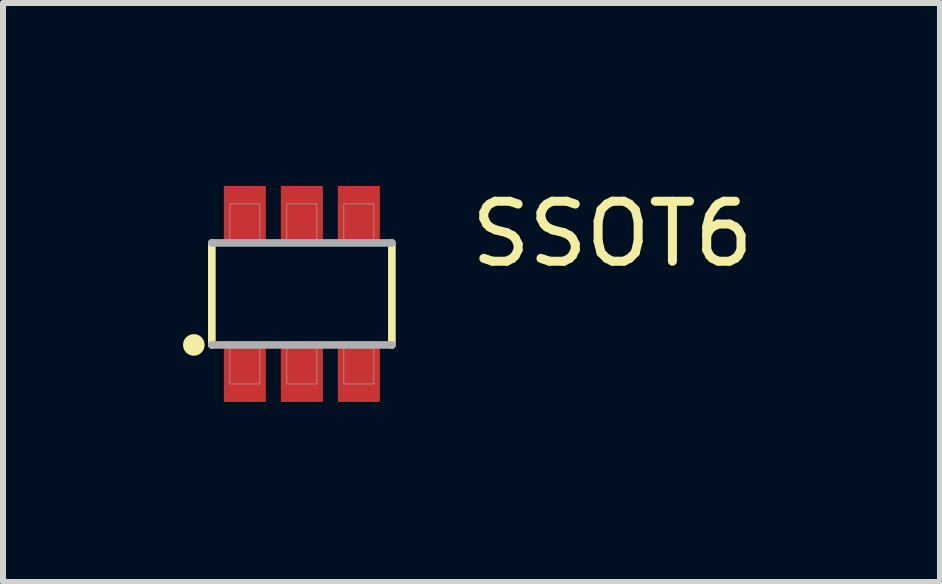
<source format=kicad_pcb>
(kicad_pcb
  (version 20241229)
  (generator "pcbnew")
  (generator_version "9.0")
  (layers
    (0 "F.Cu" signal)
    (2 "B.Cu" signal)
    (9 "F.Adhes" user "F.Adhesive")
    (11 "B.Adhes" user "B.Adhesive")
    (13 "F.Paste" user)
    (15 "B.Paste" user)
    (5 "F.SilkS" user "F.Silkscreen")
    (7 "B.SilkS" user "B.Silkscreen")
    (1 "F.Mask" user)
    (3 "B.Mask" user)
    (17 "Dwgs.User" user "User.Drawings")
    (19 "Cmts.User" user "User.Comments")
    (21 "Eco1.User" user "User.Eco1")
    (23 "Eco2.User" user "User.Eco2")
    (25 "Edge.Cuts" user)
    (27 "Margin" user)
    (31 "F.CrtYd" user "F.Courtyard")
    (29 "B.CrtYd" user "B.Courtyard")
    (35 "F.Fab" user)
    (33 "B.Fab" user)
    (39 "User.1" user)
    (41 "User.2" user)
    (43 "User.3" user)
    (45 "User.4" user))
  (footprint "SSOT6"
    (layer "F.Cu")
    (at 1.98 1.848)
    (property "Reference" "SSOT6" (at 5.175 -1 0) (layer "F.SilkS") (effects (font (size 1 1) (thickness 0.15))))
    (attr through_hole)
    (fp_line (start -1.5 0.85) (end -1.5 -0.85) (stroke (width 0.127) (type solid)) (layer "F.SilkS"))
    (fp_line (start 1.5 -0.85) (end 1.5 0.85) (stroke (width 0.127) (type solid)) (layer "F.SilkS"))
    (fp_circle (center -1.8 0.85) (end -1.62 0.85) (stroke (width 0) (type solid)) (fill yes) (layer "F.SilkS"))
    (fp_line (start -1.5 -0.85) (end 1.5 -0.85) (stroke (width 0.127) (type solid)) (layer "F.Fab"))
    (fp_line (start 1.5 0.85) (end -1.5 0.85) (stroke (width 0.127) (type solid)) (layer "F.Fab"))
    (fp_poly (pts (xy -1.2 -1.5) (xy -0.7 -1.5) (xy -0.7 -0.85) (xy -1.2 -0.85)) (stroke (width 0.01) (type solid)) (fill no) (layer "F.Fab"))
    (fp_poly (pts (xy -1.2 0.85) (xy -0.7 0.85) (xy -0.7 1.5) (xy -1.2 1.5)) (stroke (width 0.01) (type solid)) (fill no) (layer "F.Fab"))
    (fp_poly (pts (xy -0.25 -1.5) (xy 0.25 -1.5) (xy 0.25 -0.85) (xy -0.25 -0.85)) (stroke (width 0.01) (type solid)) (fill no) (layer "F.Fab"))
    (fp_poly (pts (xy -0.25 0.85) (xy 0.25 0.85) (xy 0.25 1.5) (xy -0.25 1.5)) (stroke (width 0.01) (type solid)) (fill no) (layer "F.Fab"))
    (fp_poly (pts (xy 0.7 -1.5) (xy 1.2 -1.5) (xy 1.2 -0.85) (xy 0.7 -0.85)) (stroke (width 0.01) (type solid)) (fill no) (layer "F.Fab"))
    (fp_poly (pts (xy 0.7 0.85) (xy 1.2 0.85) (xy 1.2 1.5) (xy 0.7 1.5)) (stroke (width 0.01) (type solid)) (fill no) (layer "F.Fab"))
    (pad "1" smd rect (at -0.95 1.3) (size 0.7 1) (layers "F.Cu" "F.Mask" "F.Paste"))
    (pad "2" smd rect (at 0 1.3) (size 0.7 1) (layers "F.Cu" "F.Mask" "F.Paste"))
    (pad "3" smd rect (at 0.95 1.3) (size 0.7 1) (layers "F.Cu" "F.Mask" "F.Paste"))
    (pad "4" smd rect (at 0.95 -1.3 180) (size 0.7 1) (layers "F.Cu" "F.Mask" "F.Paste"))
    (pad "5" smd rect (at 0 -1.3 180) (size 0.7 1) (layers "F.Cu" "F.Mask" "F.Paste"))
    (pad "6" smd rect (at -0.95 -1.3 180) (size 0.7 1) (layers "F.Cu" "F.Mask" "F.Paste")))
  (gr_rect
    (start -3 -3)
    (end 12.613 6.648)
    (stroke (width 0.1) (type default))
    (fill no)
    (layer "Edge.Cuts")))
</source>
